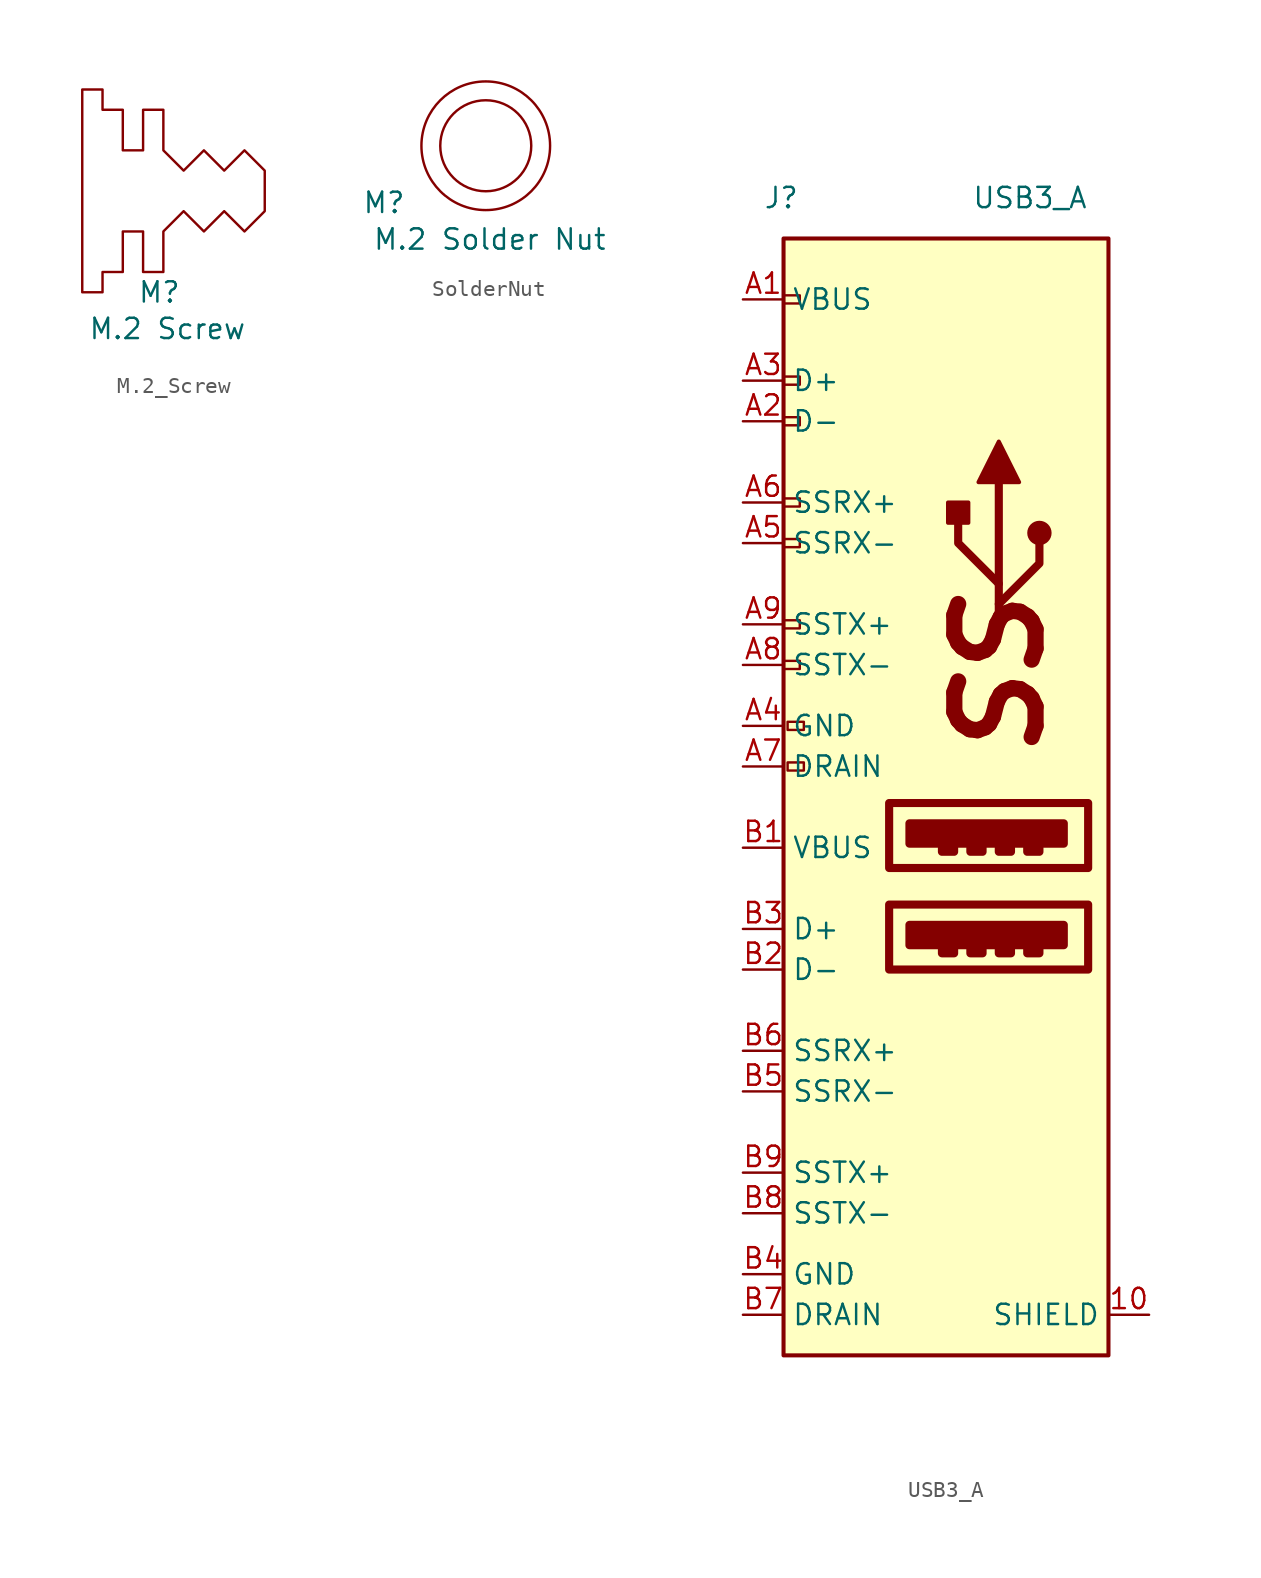
<source format=kicad_sym>
(kicad_symbol_lib
  (version 20241209)
  (generator "kicad_symbol_editor")
  (generator_version "9.0")
  (symbol "M.2_Screw"
    (pin_numbers
      (hide yes))
    (pin_names
      (offset 0)
      (hide yes))
    (property "Reference" "M"
      (at -0.254 -6.35 0)
      (effects (font (size 1.27 1.27))))
    (property "Value" "M.2 Screw"
      (at 0.254 -8.636 0)
      (effects (font (size 1.27 1.27))))
    (symbol "M.2_Screw_0_1"
      (polyline (pts (xy -5.08 0) (xy -5.08 -6.35) (xy -3.81 -6.35) (xy -3.81 -5.08) (xy -2.54 -5.08) (xy -2.54 -2.54) (xy -1.27 -2.54) (xy -1.27 -5.08) (xy 0 -5.08) (xy 0 -2.54) (xy 1.27 -1.27) (xy 2.54 -2.54) (xy 3.81 -1.27) (xy 5.08 -2.54) (xy 6.35 -1.27) (xy 6.35 1.27) (xy 5.08 2.54) (xy 3.81 1.27) (xy 2.54 2.54) (xy 1.27 1.27) (xy 0 2.54) (xy 0 5.08) (xy -1.27 5.08) (xy -1.27 2.54) (xy -2.54 2.54) (xy -2.54 5.08) (xy -3.81 5.08) (xy -3.81 6.35) (xy -5.08 6.35) (xy -5.08 0)) (stroke (width 0) (type default)) (fill (type none)))))
  (symbol "SolderNut"
    (pin_numbers
      (hide yes))
    (pin_names
      (offset 0)
      (hide yes))
    (property "Reference" "M"
      (at -6.35 -3.556 0)
      (effects (font (size 1.27 1.27))))
    (property "Value" "M.2 Solder Nut"
      (at 0.254 -5.842 0)
      (effects (font (size 1.27 1.27))))
    (symbol "SolderNut_0_1"
      (circle (center 0 0) (radius 2.84) (stroke (width 0) (type default)) (fill (type none)))
      (circle (center 0 0) (radius 4.016) (stroke (width 0) (type default)) (fill (type none)))))
  (symbol "USB3_A"
    (property "Reference" "J"
      (at -10.16 33.02 0)
      (effects (font (size 1.27 1.27)) (justify left)))
    (property "Value" "USB3_A"
      (at 10.16 33.02 0)
      (effects (font (size 1.27 1.27)) (justify right)))
    (symbol "USB3_A_1_1"
      (rectangle (start -8.89 26.924) (end -7.874 26.416) (stroke (width 0) (type default)) (fill (type none)))
      (rectangle (start -8.89 21.844) (end -7.874 21.336) (stroke (width 0) (type default)) (fill (type none)))
      (rectangle (start -8.89 19.304) (end -7.874 18.796) (stroke (width 0) (type default)) (fill (type none)))
      (rectangle (start -8.89 14.224) (end -7.874 13.716) (stroke (width 0) (type default)) (fill (type none)))
      (rectangle (start -8.89 11.684) (end -7.874 11.176) (stroke (width 0) (type default)) (fill (type none)))
      (rectangle (start -8.89 6.604) (end -7.874 6.096) (stroke (width 0) (type default)) (fill (type none)))
      (rectangle (start -8.89 4.064) (end -7.874 3.556) (stroke (width 0) (type default)) (fill (type none)))
      (rectangle (start -7.62 0.254) (end -8.636 -0.254) (stroke (width 0) (type default)) (fill (type none)))
      (rectangle (start -7.62 -2.286) (end -8.636 -2.794) (stroke (width 0) (type default)) (fill (type none)))
      (rectangle (start -2.286 -4.826) (end 10.16 -8.89) (stroke (width 0.508) (type default)) (fill (type none)))
      (rectangle (start -2.286 -11.176) (end 10.16 -15.24) (stroke (width 0.508) (type default)) (fill (type none)))
      (rectangle (start -1.016 -6.096) (end 8.636 -7.366) (stroke (width 0.508) (type default)) (fill (type outline)))
      (rectangle (start -1.016 -12.446) (end 8.636 -13.716) (stroke (width 0.508) (type default)) (fill (type outline)))
      (rectangle (start 1.016 -7.62) (end 1.778 -7.874) (stroke (width 0.508) (type default)) (fill (type none)))
      (rectangle (start 1.016 -13.97) (end 1.778 -14.224) (stroke (width 0.508) (type default)) (fill (type none)))
      (rectangle (start 2.667 12.7) (end 1.397 13.97) (stroke (width 0.254) (type default)) (fill (type outline)))
      (rectangle (start 2.794 -7.62) (end 3.556 -7.874) (stroke (width 0.508) (type default)) (fill (type none)))
      (rectangle (start 2.794 -13.97) (end 3.556 -14.224) (stroke (width 0.508) (type default)) (fill (type none)))
      (polyline (pts (xy 4.572 8.89) (xy 2.032 11.43) (xy 2.032 12.7)) (stroke (width 0.508) (type default)) (fill (type none)))
      (polyline (pts (xy 4.572 7.62) (xy 7.112 10.16) (xy 7.112 11.43)) (stroke (width 0.508) (type default)) (fill (type none)))
      (polyline (pts (xy 4.572 6.35) (xy 4.572 15.24)) (stroke (width 0.508) (type default)) (fill (type none)))
      (rectangle (start 4.572 -7.62) (end 5.334 -7.874) (stroke (width 0.508) (type default)) (fill (type none)))
      (rectangle (start 4.572 -13.97) (end 5.334 -14.224) (stroke (width 0.508) (type default)) (fill (type none)))
      (polyline (pts (xy 5.842 15.24) (xy 4.572 17.78) (xy 3.302 15.24) (xy 5.842 15.24)) (stroke (width 0.254) (type default)) (fill (type outline)))
      (rectangle (start 6.35 -7.62) (end 7.112 -7.874) (stroke (width 0.508) (type default)) (fill (type none)))
      (rectangle (start 6.35 -13.97) (end 7.112 -14.224) (stroke (width 0.508) (type default)) (fill (type none)))
      (circle (center 7.112 12.065) (radius 0.635) (stroke (width 0.254) (type default)) (fill (type outline)))
      (rectangle (start 11.43 30.48) (end -8.89 -39.37) (stroke (width 0.254) (type default)) (fill (type background)))
      (text "SS" (at 4.572 3.175 900) (effects (font (size 5.08 5.08) (bold yes) (italic yes))))
      (pin power_in line (at -11.43 26.67 0) (length 2.54) (name "VBUS" (effects (font (size 1.27 1.27)))) (number "A1" (effects (font (size 1.27 1.27)))))
      (pin bidirectional line (at -11.43 21.59 0) (length 2.54) (name "D+" (effects (font (size 1.27 1.27)))) (number "A3" (effects (font (size 1.27 1.27)))))
      (pin bidirectional line (at -11.43 19.05 0) (length 2.54) (name "D-" (effects (font (size 1.27 1.27)))) (number "A2" (effects (font (size 1.27 1.27)))))
      (pin bidirectional line (at -11.43 13.97 0) (length 2.54) (name "SSRX+" (effects (font (size 1.27 1.27)))) (number "A6" (effects (font (size 1.27 1.27)))))
      (pin bidirectional line (at -11.43 11.43 0) (length 2.54) (name "SSRX-" (effects (font (size 1.27 1.27)))) (number "A5" (effects (font (size 1.27 1.27)))))
      (pin bidirectional line (at -11.43 6.35 0) (length 2.54) (name "SSTX+" (effects (font (size 1.27 1.27)))) (number "A9" (effects (font (size 1.27 1.27)))))
      (pin bidirectional line (at -11.43 3.81 0) (length 2.54) (name "SSTX-" (effects (font (size 1.27 1.27)))) (number "A8" (effects (font (size 1.27 1.27)))))
      (pin power_in line (at -11.43 0 0) (length 2.54) (name "GND" (effects (font (size 1.27 1.27)))) (number "A4" (effects (font (size 1.27 1.27)))))
      (pin power_in line (at -11.43 -2.54 0) (length 2.54) (name "DRAIN" (effects (font (size 1.27 1.27)))) (number "A7" (effects (font (size 1.27 1.27)))))
      (pin power_in line (at -11.43 -7.62 0) (length 2.54) (name "VBUS" (effects (font (size 1.27 1.27)))) (number "B1" (effects (font (size 1.27 1.27)))))
      (pin bidirectional line (at -11.43 -12.7 0) (length 2.54) (name "D+" (effects (font (size 1.27 1.27)))) (number "B3" (effects (font (size 1.27 1.27)))))
      (pin bidirectional line (at -11.43 -15.24 0) (length 2.54) (name "D-" (effects (font (size 1.27 1.27)))) (number "B2" (effects (font (size 1.27 1.27)))))
      (pin bidirectional line (at -11.43 -20.32 0) (length 2.54) (name "SSRX+" (effects (font (size 1.27 1.27)))) (number "B6" (effects (font (size 1.27 1.27)))))
      (pin bidirectional line (at -11.43 -22.86 0) (length 2.54) (name "SSRX-" (effects (font (size 1.27 1.27)))) (number "B5" (effects (font (size 1.27 1.27)))))
      (pin bidirectional line (at -11.43 -27.94 0) (length 2.54) (name "SSTX+" (effects (font (size 1.27 1.27)))) (number "B9" (effects (font (size 1.27 1.27)))))
      (pin bidirectional line (at -11.43 -30.48 0) (length 2.54) (name "SSTX-" (effects (font (size 1.27 1.27)))) (number "B8" (effects (font (size 1.27 1.27)))))
      (pin power_in line (at -11.43 -34.29 0) (length 2.54) (name "GND" (effects (font (size 1.27 1.27)))) (number "B4" (effects (font (size 1.27 1.27)))))
      (pin power_in line (at -11.43 -36.83 0) (length 2.54) (name "DRAIN" (effects (font (size 1.27 1.27)))) (number "B7" (effects (font (size 1.27 1.27)))))
      (pin passive line (at 13.97 -36.83 180) (length 2.54) (name "SHIELD" (effects (font (size 1.27 1.27)))) (number "10" (effects (font (size 1.27 1.27))))))))
</source>
